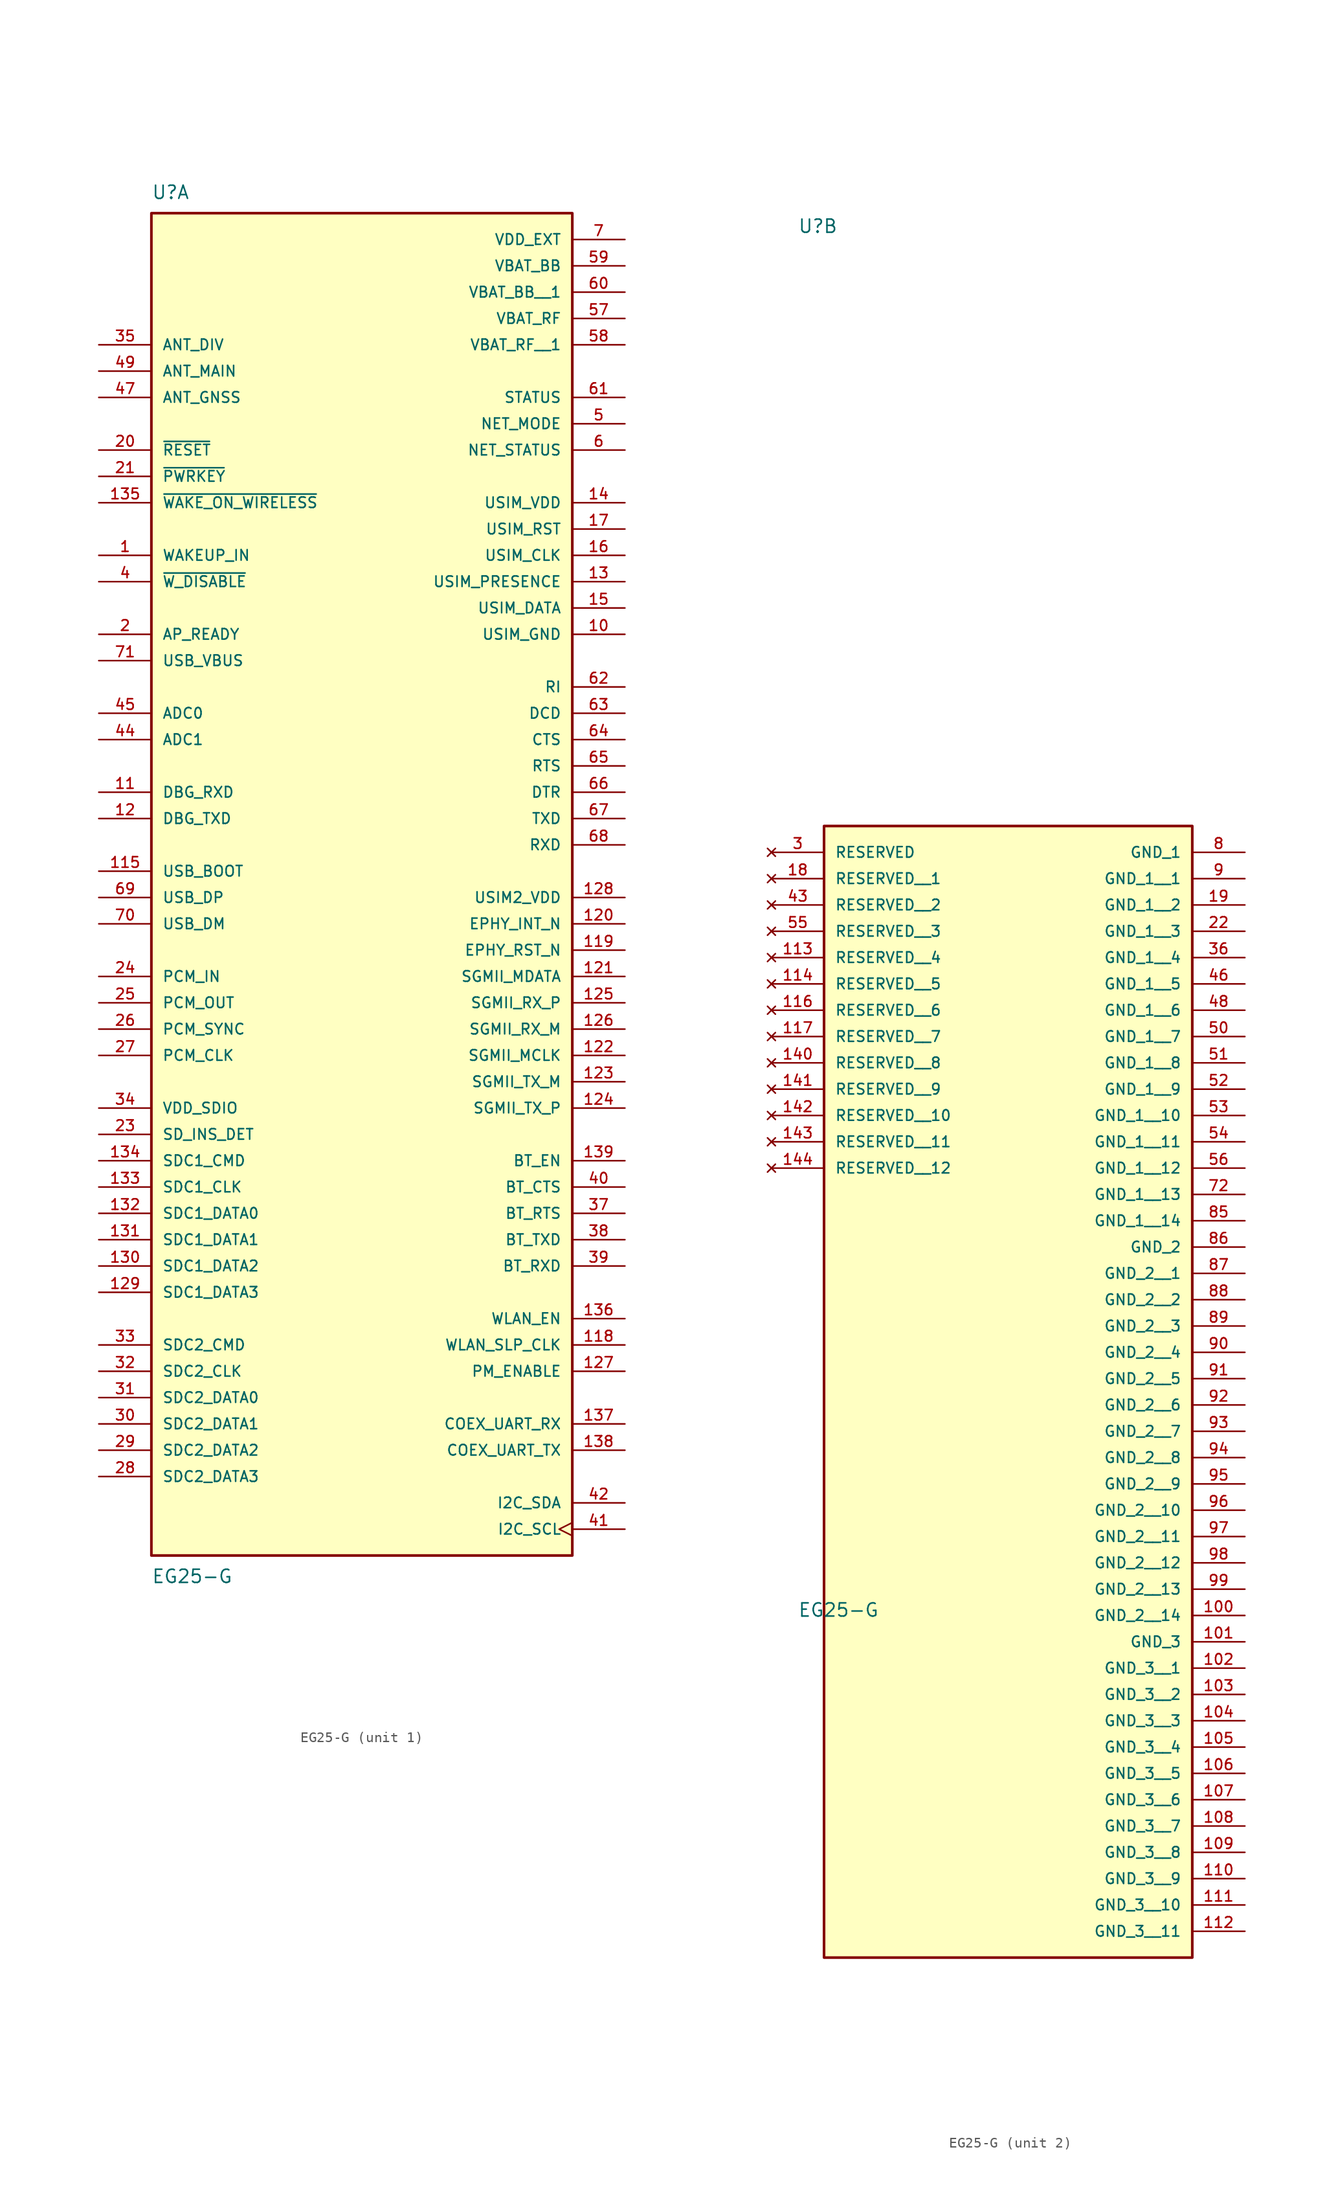
<source format=kicad_sym>
(kicad_symbol_lib
  (version 20231120)
  (generator "kicad_symbol_editor")
  (generator_version "8.0")
  (symbol "EG25-G"
    (pin_names
      (offset 1.016))
    (property "Reference" "U"
      (at -20.32 62.23 0)
      (effects (font (size 1.27 1.27)) (justify left bottom)))
    (property "Value" "EG25-G"
      (at -20.32 -69.85 0)
      (effects (font (size 1.27 1.27)) (justify left top)))
    (symbol "EG25-G_1_0"
      (rectangle (start -20.32 -68.58) (end 20.32 60.96) (stroke (width 0.254) (type default)) (fill (type background)))
      (pin input line (at -25.4 27.94 0) (length 5.08) (name "WAKEUP_IN" (effects (font (size 1.016 1.016)))) (number "1" (effects (font (size 1.016 1.016)))))
      (pin power_in line (at 25.4 20.32 180) (length 5.08) (name "USIM_GND" (effects (font (size 1.016 1.016)))) (number "10" (effects (font (size 1.016 1.016)))))
      (pin input line (at -25.4 5.08 0) (length 5.08) (name "DBG_RXD" (effects (font (size 1.016 1.016)))) (number "11" (effects (font (size 1.016 1.016)))))
      (pin input line (at -25.4 -2.54 0) (length 5.08) (name "USB_BOOT" (effects (font (size 1.016 1.016)))) (number "115" (effects (font (size 1.016 1.016)))))
      (pin output line (at 25.4 -48.26 180) (length 5.08) (name "WLAN_SLP_CLK" (effects (font (size 1.016 1.016)))) (number "118" (effects (font (size 1.016 1.016)))))
      (pin output line (at 25.4 -10.16 180) (length 5.08) (name "EPHY_RST_N" (effects (font (size 1.016 1.016)))) (number "119" (effects (font (size 1.016 1.016)))))
      (pin output line (at -25.4 2.54 0) (length 5.08) (name "DBG_TXD" (effects (font (size 1.016 1.016)))) (number "12" (effects (font (size 1.016 1.016)))))
      (pin input line (at 25.4 -7.62 180) (length 5.08) (name "EPHY_INT_N" (effects (font (size 1.016 1.016)))) (number "120" (effects (font (size 1.016 1.016)))))
      (pin bidirectional line (at 25.4 -12.7 180) (length 5.08) (name "SGMII_MDATA" (effects (font (size 1.016 1.016)))) (number "121" (effects (font (size 1.016 1.016)))))
      (pin output line (at 25.4 -20.32 180) (length 5.08) (name "SGMII_MCLK" (effects (font (size 1.016 1.016)))) (number "122" (effects (font (size 1.016 1.016)))))
      (pin output line (at 25.4 -22.86 180) (length 5.08) (name "SGMII_TX_M" (effects (font (size 1.016 1.016)))) (number "123" (effects (font (size 1.016 1.016)))))
      (pin output line (at 25.4 -25.4 180) (length 5.08) (name "SGMII_TX_P" (effects (font (size 1.016 1.016)))) (number "124" (effects (font (size 1.016 1.016)))))
      (pin input line (at 25.4 -15.24 180) (length 5.08) (name "SGMII_RX_P" (effects (font (size 1.016 1.016)))) (number "125" (effects (font (size 1.016 1.016)))))
      (pin input line (at 25.4 -17.78 180) (length 5.08) (name "SGMII_RX_M" (effects (font (size 1.016 1.016)))) (number "126" (effects (font (size 1.016 1.016)))))
      (pin output line (at 25.4 -50.8 180) (length 5.08) (name "PM_ENABLE" (effects (font (size 1.016 1.016)))) (number "127" (effects (font (size 1.016 1.016)))))
      (pin power_in line (at 25.4 -5.08 180) (length 5.08) (name "USIM2_VDD" (effects (font (size 1.016 1.016)))) (number "128" (effects (font (size 1.016 1.016)))))
      (pin bidirectional line (at -25.4 -43.18 0) (length 5.08) (name "SDC1_DATA3" (effects (font (size 1.016 1.016)))) (number "129" (effects (font (size 1.016 1.016)))))
      (pin input line (at 25.4 25.4 180) (length 5.08) (name "USIM_PRESENCE" (effects (font (size 1.016 1.016)))) (number "13" (effects (font (size 1.016 1.016)))))
      (pin bidirectional line (at -25.4 -40.64 0) (length 5.08) (name "SDC1_DATA2" (effects (font (size 1.016 1.016)))) (number "130" (effects (font (size 1.016 1.016)))))
      (pin bidirectional line (at -25.4 -38.1 0) (length 5.08) (name "SDC1_DATA1" (effects (font (size 1.016 1.016)))) (number "131" (effects (font (size 1.016 1.016)))))
      (pin bidirectional line (at -25.4 -35.56 0) (length 5.08) (name "SDC1_DATA0" (effects (font (size 1.016 1.016)))) (number "132" (effects (font (size 1.016 1.016)))))
      (pin output line (at -25.4 -33.02 0) (length 5.08) (name "SDC1_CLK" (effects (font (size 1.016 1.016)))) (number "133" (effects (font (size 1.016 1.016)))))
      (pin output line (at -25.4 -30.48 0) (length 5.08) (name "SDC1_CMD" (effects (font (size 1.016 1.016)))) (number "134" (effects (font (size 1.016 1.016)))))
      (pin input line (at -25.4 33.02 0) (length 5.08) (name "~{WAKE_ON_WIRELESS}" (effects (font (size 1.016 1.016)))) (number "135" (effects (font (size 1.016 1.016)))))
      (pin output line (at 25.4 -45.72 180) (length 5.08) (name "WLAN_EN" (effects (font (size 1.016 1.016)))) (number "136" (effects (font (size 1.016 1.016)))))
      (pin input line (at 25.4 -55.88 180) (length 5.08) (name "COEX_UART_RX" (effects (font (size 1.016 1.016)))) (number "137" (effects (font (size 1.016 1.016)))))
      (pin output line (at 25.4 -58.42 180) (length 5.08) (name "COEX_UART_TX" (effects (font (size 1.016 1.016)))) (number "138" (effects (font (size 1.016 1.016)))))
      (pin output line (at 25.4 -30.48 180) (length 5.08) (name "BT_EN" (effects (font (size 1.016 1.016)))) (number "139" (effects (font (size 1.016 1.016)))))
      (pin power_in line (at 25.4 33.02 180) (length 5.08) (name "USIM_VDD" (effects (font (size 1.016 1.016)))) (number "14" (effects (font (size 1.016 1.016)))))
      (pin bidirectional line (at 25.4 22.86 180) (length 5.08) (name "USIM_DATA" (effects (font (size 1.016 1.016)))) (number "15" (effects (font (size 1.016 1.016)))))
      (pin output line (at 25.4 27.94 180) (length 5.08) (name "USIM_CLK" (effects (font (size 1.016 1.016)))) (number "16" (effects (font (size 1.016 1.016)))))
      (pin output line (at 25.4 30.48 180) (length 5.08) (name "USIM_RST" (effects (font (size 1.016 1.016)))) (number "17" (effects (font (size 1.016 1.016)))))
      (pin input line (at -25.4 20.32 0) (length 5.08) (name "AP_READY" (effects (font (size 1.016 1.016)))) (number "2" (effects (font (size 1.016 1.016)))))
      (pin input line (at -25.4 38.1 0) (length 5.08) (name "~{RESET}" (effects (font (size 1.016 1.016)))) (number "20" (effects (font (size 1.016 1.016)))))
      (pin input line (at -25.4 35.56 0) (length 5.08) (name "~{PWRKEY}" (effects (font (size 1.016 1.016)))) (number "21" (effects (font (size 1.016 1.016)))))
      (pin input line (at -25.4 -27.94 0) (length 5.08) (name "SD_INS_DET" (effects (font (size 1.016 1.016)))) (number "23" (effects (font (size 1.016 1.016)))))
      (pin input line (at -25.4 -12.7 0) (length 5.08) (name "PCM_IN" (effects (font (size 1.016 1.016)))) (number "24" (effects (font (size 1.016 1.016)))))
      (pin output line (at -25.4 -15.24 0) (length 5.08) (name "PCM_OUT" (effects (font (size 1.016 1.016)))) (number "25" (effects (font (size 1.016 1.016)))))
      (pin bidirectional line (at -25.4 -17.78 0) (length 5.08) (name "PCM_SYNC" (effects (font (size 1.016 1.016)))) (number "26" (effects (font (size 1.016 1.016)))))
      (pin bidirectional line (at -25.4 -20.32 0) (length 5.08) (name "PCM_CLK" (effects (font (size 1.016 1.016)))) (number "27" (effects (font (size 1.016 1.016)))))
      (pin bidirectional line (at -25.4 -60.96 0) (length 5.08) (name "SDC2_DATA3" (effects (font (size 1.016 1.016)))) (number "28" (effects (font (size 1.016 1.016)))))
      (pin bidirectional line (at -25.4 -58.42 0) (length 5.08) (name "SDC2_DATA2" (effects (font (size 1.016 1.016)))) (number "29" (effects (font (size 1.016 1.016)))))
      (pin bidirectional line (at -25.4 -55.88 0) (length 5.08) (name "SDC2_DATA1" (effects (font (size 1.016 1.016)))) (number "30" (effects (font (size 1.016 1.016)))))
      (pin bidirectional line (at -25.4 -53.34 0) (length 5.08) (name "SDC2_DATA0" (effects (font (size 1.016 1.016)))) (number "31" (effects (font (size 1.016 1.016)))))
      (pin output line (at -25.4 -50.8 0) (length 5.08) (name "SDC2_CLK" (effects (font (size 1.016 1.016)))) (number "32" (effects (font (size 1.016 1.016)))))
      (pin bidirectional line (at -25.4 -48.26 0) (length 5.08) (name "SDC2_CMD" (effects (font (size 1.016 1.016)))) (number "33" (effects (font (size 1.016 1.016)))))
      (pin power_in line (at -25.4 -25.4 0) (length 5.08) (name "VDD_SDIO" (effects (font (size 1.016 1.016)))) (number "34" (effects (font (size 1.016 1.016)))))
      (pin input line (at -25.4 48.26 0) (length 5.08) (name "ANT_DIV" (effects (font (size 1.016 1.016)))) (number "35" (effects (font (size 1.016 1.016)))))
      (pin input line (at 25.4 -35.56 180) (length 5.08) (name "BT_RTS" (effects (font (size 1.016 1.016)))) (number "37" (effects (font (size 1.016 1.016)))))
      (pin output line (at 25.4 -38.1 180) (length 5.08) (name "BT_TXD" (effects (font (size 1.016 1.016)))) (number "38" (effects (font (size 1.016 1.016)))))
      (pin input line (at 25.4 -40.64 180) (length 5.08) (name "BT_RXD" (effects (font (size 1.016 1.016)))) (number "39" (effects (font (size 1.016 1.016)))))
      (pin input line (at -25.4 25.4 0) (length 5.08) (name "~{W_DISABLE}" (effects (font (size 1.016 1.016)))) (number "4" (effects (font (size 1.016 1.016)))))
      (pin output line (at 25.4 -33.02 180) (length 5.08) (name "BT_CTS" (effects (font (size 1.016 1.016)))) (number "40" (effects (font (size 1.016 1.016)))))
      (pin output clock (at 25.4 -66.04 180) (length 5.08) (name "I2C_SCL" (effects (font (size 1.016 1.016)))) (number "41" (effects (font (size 1.016 1.016)))))
      (pin bidirectional line (at 25.4 -63.5 180) (length 5.08) (name "I2C_SDA" (effects (font (size 1.016 1.016)))) (number "42" (effects (font (size 1.016 1.016)))))
      (pin input line (at -25.4 10.16 0) (length 5.08) (name "ADC1" (effects (font (size 1.016 1.016)))) (number "44" (effects (font (size 1.016 1.016)))))
      (pin input line (at -25.4 12.7 0) (length 5.08) (name "ADC0" (effects (font (size 1.016 1.016)))) (number "45" (effects (font (size 1.016 1.016)))))
      (pin input line (at -25.4 43.18 0) (length 5.08) (name "ANT_GNSS" (effects (font (size 1.016 1.016)))) (number "47" (effects (font (size 1.016 1.016)))))
      (pin bidirectional line (at -25.4 45.72 0) (length 5.08) (name "ANT_MAIN" (effects (font (size 1.016 1.016)))) (number "49" (effects (font (size 1.016 1.016)))))
      (pin output line (at 25.4 40.64 180) (length 5.08) (name "NET_MODE" (effects (font (size 1.016 1.016)))) (number "5" (effects (font (size 1.016 1.016)))))
      (pin power_in line (at 25.4 50.8 180) (length 5.08) (name "VBAT_RF" (effects (font (size 1.016 1.016)))) (number "57" (effects (font (size 1.016 1.016)))))
      (pin power_in line (at 25.4 48.26 180) (length 5.08) (name "VBAT_RF__1" (effects (font (size 1.016 1.016)))) (number "58" (effects (font (size 1.016 1.016)))))
      (pin power_in line (at 25.4 55.88 180) (length 5.08) (name "VBAT_BB" (effects (font (size 1.016 1.016)))) (number "59" (effects (font (size 1.016 1.016)))))
      (pin output line (at 25.4 38.1 180) (length 5.08) (name "NET_STATUS" (effects (font (size 1.016 1.016)))) (number "6" (effects (font (size 1.016 1.016)))))
      (pin power_in line (at 25.4 53.34 180) (length 5.08) (name "VBAT_BB__1" (effects (font (size 1.016 1.016)))) (number "60" (effects (font (size 1.016 1.016)))))
      (pin output line (at 25.4 43.18 180) (length 5.08) (name "STATUS" (effects (font (size 1.016 1.016)))) (number "61" (effects (font (size 1.016 1.016)))))
      (pin output line (at 25.4 15.24 180) (length 5.08) (name "RI" (effects (font (size 1.016 1.016)))) (number "62" (effects (font (size 1.016 1.016)))))
      (pin output line (at 25.4 12.7 180) (length 5.08) (name "DCD" (effects (font (size 1.016 1.016)))) (number "63" (effects (font (size 1.016 1.016)))))
      (pin output line (at 25.4 10.16 180) (length 5.08) (name "CTS" (effects (font (size 1.016 1.016)))) (number "64" (effects (font (size 1.016 1.016)))))
      (pin input line (at 25.4 7.62 180) (length 5.08) (name "RTS" (effects (font (size 1.016 1.016)))) (number "65" (effects (font (size 1.016 1.016)))))
      (pin input line (at 25.4 5.08 180) (length 5.08) (name "DTR" (effects (font (size 1.016 1.016)))) (number "66" (effects (font (size 1.016 1.016)))))
      (pin output line (at 25.4 2.54 180) (length 5.08) (name "TXD" (effects (font (size 1.016 1.016)))) (number "67" (effects (font (size 1.016 1.016)))))
      (pin input line (at 25.4 0 180) (length 5.08) (name "RXD" (effects (font (size 1.016 1.016)))) (number "68" (effects (font (size 1.016 1.016)))))
      (pin bidirectional line (at -25.4 -5.08 0) (length 5.08) (name "USB_DP" (effects (font (size 1.016 1.016)))) (number "69" (effects (font (size 1.016 1.016)))))
      (pin power_in line (at 25.4 58.42 180) (length 5.08) (name "VDD_EXT" (effects (font (size 1.016 1.016)))) (number "7" (effects (font (size 1.016 1.016)))))
      (pin bidirectional line (at -25.4 -7.62 0) (length 5.08) (name "USB_DM" (effects (font (size 1.016 1.016)))) (number "70" (effects (font (size 1.016 1.016)))))
      (pin input line (at -25.4 17.78 0) (length 5.08) (name "USB_VBUS" (effects (font (size 1.016 1.016)))) (number "71" (effects (font (size 1.016 1.016))))))
    (symbol "EG25-G_2_0"
      (rectangle (start -17.78 -104.14) (end 17.78 5.08) (stroke (width 0.254) (type default)) (fill (type background)))
      (pin power_in line (at 22.86 -71.12 180) (length 5.08) (name "GND_2__14" (effects (font (size 1.016 1.016)))) (number "100" (effects (font (size 1.016 1.016)))))
      (pin power_in line (at 22.86 -73.66 180) (length 5.08) (name "GND_3" (effects (font (size 1.016 1.016)))) (number "101" (effects (font (size 1.016 1.016)))))
      (pin power_in line (at 22.86 -76.2 180) (length 5.08) (name "GND_3__1" (effects (font (size 1.016 1.016)))) (number "102" (effects (font (size 1.016 1.016)))))
      (pin power_in line (at 22.86 -78.74 180) (length 5.08) (name "GND_3__2" (effects (font (size 1.016 1.016)))) (number "103" (effects (font (size 1.016 1.016)))))
      (pin power_in line (at 22.86 -81.28 180) (length 5.08) (name "GND_3__3" (effects (font (size 1.016 1.016)))) (number "104" (effects (font (size 1.016 1.016)))))
      (pin power_in line (at 22.86 -83.82 180) (length 5.08) (name "GND_3__4" (effects (font (size 1.016 1.016)))) (number "105" (effects (font (size 1.016 1.016)))))
      (pin power_in line (at 22.86 -86.36 180) (length 5.08) (name "GND_3__5" (effects (font (size 1.016 1.016)))) (number "106" (effects (font (size 1.016 1.016)))))
      (pin power_in line (at 22.86 -88.9 180) (length 5.08) (name "GND_3__6" (effects (font (size 1.016 1.016)))) (number "107" (effects (font (size 1.016 1.016)))))
      (pin power_in line (at 22.86 -91.44 180) (length 5.08) (name "GND_3__7" (effects (font (size 1.016 1.016)))) (number "108" (effects (font (size 1.016 1.016)))))
      (pin power_in line (at 22.86 -93.98 180) (length 5.08) (name "GND_3__8" (effects (font (size 1.016 1.016)))) (number "109" (effects (font (size 1.016 1.016)))))
      (pin power_in line (at 22.86 -96.52 180) (length 5.08) (name "GND_3__9" (effects (font (size 1.016 1.016)))) (number "110" (effects (font (size 1.016 1.016)))))
      (pin power_in line (at 22.86 -99.06 180) (length 5.08) (name "GND_3__10" (effects (font (size 1.016 1.016)))) (number "111" (effects (font (size 1.016 1.016)))))
      (pin power_in line (at 22.86 -101.6 180) (length 5.08) (name "GND_3__11" (effects (font (size 1.016 1.016)))) (number "112" (effects (font (size 1.016 1.016)))))
      (pin no_connect line (at -22.86 -7.62 0) (length 5.08) (name "RESERVED__4" (effects (font (size 1.016 1.016)))) (number "113" (effects (font (size 1.016 1.016)))))
      (pin no_connect line (at -22.86 -10.16 0) (length 5.08) (name "RESERVED__5" (effects (font (size 1.016 1.016)))) (number "114" (effects (font (size 1.016 1.016)))))
      (pin no_connect line (at -22.86 -12.7 0) (length 5.08) (name "RESERVED__6" (effects (font (size 1.016 1.016)))) (number "116" (effects (font (size 1.016 1.016)))))
      (pin no_connect line (at -22.86 -15.24 0) (length 5.08) (name "RESERVED__7" (effects (font (size 1.016 1.016)))) (number "117" (effects (font (size 1.016 1.016)))))
      (pin no_connect line (at -22.86 -17.78 0) (length 5.08) (name "RESERVED__8" (effects (font (size 1.016 1.016)))) (number "140" (effects (font (size 1.016 1.016)))))
      (pin no_connect line (at -22.86 -20.32 0) (length 5.08) (name "RESERVED__9" (effects (font (size 1.016 1.016)))) (number "141" (effects (font (size 1.016 1.016)))))
      (pin no_connect line (at -22.86 -22.86 0) (length 5.08) (name "RESERVED__10" (effects (font (size 1.016 1.016)))) (number "142" (effects (font (size 1.016 1.016)))))
      (pin no_connect line (at -22.86 -25.4 0) (length 5.08) (name "RESERVED__11" (effects (font (size 1.016 1.016)))) (number "143" (effects (font (size 1.016 1.016)))))
      (pin no_connect line (at -22.86 -27.94 0) (length 5.08) (name "RESERVED__12" (effects (font (size 1.016 1.016)))) (number "144" (effects (font (size 1.016 1.016)))))
      (pin no_connect line (at -22.86 0 0) (length 5.08) (name "RESERVED__1" (effects (font (size 1.016 1.016)))) (number "18" (effects (font (size 1.016 1.016)))))
      (pin power_in line (at 22.86 -2.54 180) (length 5.08) (name "GND_1__2" (effects (font (size 1.016 1.016)))) (number "19" (effects (font (size 1.016 1.016)))))
      (pin power_in line (at 22.86 -5.08 180) (length 5.08) (name "GND_1__3" (effects (font (size 1.016 1.016)))) (number "22" (effects (font (size 1.016 1.016)))))
      (pin no_connect line (at -22.86 2.54 0) (length 5.08) (name "RESERVED" (effects (font (size 1.016 1.016)))) (number "3" (effects (font (size 1.016 1.016)))))
      (pin power_in line (at 22.86 -7.62 180) (length 5.08) (name "GND_1__4" (effects (font (size 1.016 1.016)))) (number "36" (effects (font (size 1.016 1.016)))))
      (pin no_connect line (at -22.86 -2.54 0) (length 5.08) (name "RESERVED__2" (effects (font (size 1.016 1.016)))) (number "43" (effects (font (size 1.016 1.016)))))
      (pin power_in line (at 22.86 -10.16 180) (length 5.08) (name "GND_1__5" (effects (font (size 1.016 1.016)))) (number "46" (effects (font (size 1.016 1.016)))))
      (pin power_in line (at 22.86 -12.7 180) (length 5.08) (name "GND_1__6" (effects (font (size 1.016 1.016)))) (number "48" (effects (font (size 1.016 1.016)))))
      (pin power_in line (at 22.86 -15.24 180) (length 5.08) (name "GND_1__7" (effects (font (size 1.016 1.016)))) (number "50" (effects (font (size 1.016 1.016)))))
      (pin power_in line (at 22.86 -17.78 180) (length 5.08) (name "GND_1__8" (effects (font (size 1.016 1.016)))) (number "51" (effects (font (size 1.016 1.016)))))
      (pin power_in line (at 22.86 -20.32 180) (length 5.08) (name "GND_1__9" (effects (font (size 1.016 1.016)))) (number "52" (effects (font (size 1.016 1.016)))))
      (pin power_in line (at 22.86 -22.86 180) (length 5.08) (name "GND_1__10" (effects (font (size 1.016 1.016)))) (number "53" (effects (font (size 1.016 1.016)))))
      (pin power_in line (at 22.86 -25.4 180) (length 5.08) (name "GND_1__11" (effects (font (size 1.016 1.016)))) (number "54" (effects (font (size 1.016 1.016)))))
      (pin no_connect line (at -22.86 -5.08 0) (length 5.08) (name "RESERVED__3" (effects (font (size 1.016 1.016)))) (number "55" (effects (font (size 1.016 1.016)))))
      (pin power_in line (at 22.86 -27.94 180) (length 5.08) (name "GND_1__12" (effects (font (size 1.016 1.016)))) (number "56" (effects (font (size 1.016 1.016)))))
      (pin power_in line (at 22.86 -30.48 180) (length 5.08) (name "GND_1__13" (effects (font (size 1.016 1.016)))) (number "72" (effects (font (size 1.016 1.016)))))
      (pin power_in line (at 22.86 2.54 180) (length 5.08) (name "GND_1" (effects (font (size 1.016 1.016)))) (number "8" (effects (font (size 1.016 1.016)))))
      (pin power_in line (at 22.86 -33.02 180) (length 5.08) (name "GND_1__14" (effects (font (size 1.016 1.016)))) (number "85" (effects (font (size 1.016 1.016)))))
      (pin power_in line (at 22.86 -35.56 180) (length 5.08) (name "GND_2" (effects (font (size 1.016 1.016)))) (number "86" (effects (font (size 1.016 1.016)))))
      (pin power_in line (at 22.86 -38.1 180) (length 5.08) (name "GND_2__1" (effects (font (size 1.016 1.016)))) (number "87" (effects (font (size 1.016 1.016)))))
      (pin power_in line (at 22.86 -40.64 180) (length 5.08) (name "GND_2__2" (effects (font (size 1.016 1.016)))) (number "88" (effects (font (size 1.016 1.016)))))
      (pin power_in line (at 22.86 -43.18 180) (length 5.08) (name "GND_2__3" (effects (font (size 1.016 1.016)))) (number "89" (effects (font (size 1.016 1.016)))))
      (pin power_in line (at 22.86 0 180) (length 5.08) (name "GND_1__1" (effects (font (size 1.016 1.016)))) (number "9" (effects (font (size 1.016 1.016)))))
      (pin power_in line (at 22.86 -45.72 180) (length 5.08) (name "GND_2__4" (effects (font (size 1.016 1.016)))) (number "90" (effects (font (size 1.016 1.016)))))
      (pin power_in line (at 22.86 -48.26 180) (length 5.08) (name "GND_2__5" (effects (font (size 1.016 1.016)))) (number "91" (effects (font (size 1.016 1.016)))))
      (pin power_in line (at 22.86 -50.8 180) (length 5.08) (name "GND_2__6" (effects (font (size 1.016 1.016)))) (number "92" (effects (font (size 1.016 1.016)))))
      (pin power_in line (at 22.86 -53.34 180) (length 5.08) (name "GND_2__7" (effects (font (size 1.016 1.016)))) (number "93" (effects (font (size 1.016 1.016)))))
      (pin power_in line (at 22.86 -55.88 180) (length 5.08) (name "GND_2__8" (effects (font (size 1.016 1.016)))) (number "94" (effects (font (size 1.016 1.016)))))
      (pin power_in line (at 22.86 -58.42 180) (length 5.08) (name "GND_2__9" (effects (font (size 1.016 1.016)))) (number "95" (effects (font (size 1.016 1.016)))))
      (pin power_in line (at 22.86 -60.96 180) (length 5.08) (name "GND_2__10" (effects (font (size 1.016 1.016)))) (number "96" (effects (font (size 1.016 1.016)))))
      (pin power_in line (at 22.86 -63.5 180) (length 5.08) (name "GND_2__11" (effects (font (size 1.016 1.016)))) (number "97" (effects (font (size 1.016 1.016)))))
      (pin power_in line (at 22.86 -66.04 180) (length 5.08) (name "GND_2__12" (effects (font (size 1.016 1.016)))) (number "98" (effects (font (size 1.016 1.016)))))
      (pin power_in line (at 22.86 -68.58 180) (length 5.08) (name "GND_2__13" (effects (font (size 1.016 1.016)))) (number "99" (effects (font (size 1.016 1.016))))))))
</source>
